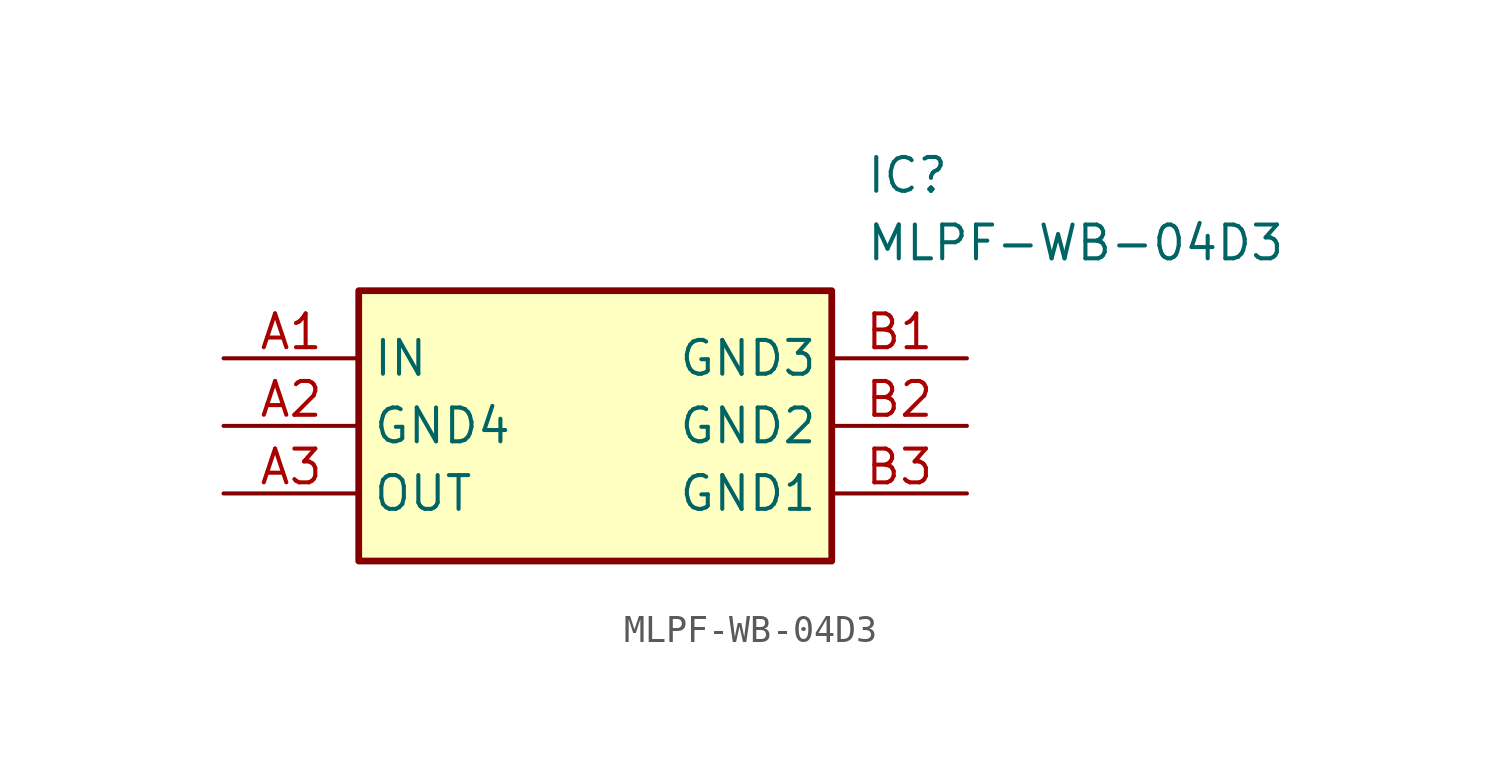
<source format=kicad_sym>
(kicad_symbol_lib
  (version 20211014)
  (generator SamacSys_ECAD_Model)
  (symbol "MLPF-WB-04D3"
    (property "Reference" "IC"
      (at 24.13 7.62 0)
      (effects (font (size 1.27 1.27)) (justify left top)))
    (property "Value" "MLPF-WB-04D3"
      (at 24.13 5.08 0)
      (effects (font (size 1.27 1.27)) (justify left top)))
    (rectangle
      (start 5.08 2.54)
      (end 22.86 -7.62)
      (stroke (width 0.254) (type default))
      (fill (type background)))
    (pin passive line
      (at 0 0 0)
      (length 5.08)
      (name "IN" (effects (font (size 1.27 1.27))))
      (number "A1" (effects (font (size 1.27 1.27)))))
    (pin passive line
      (at 0 -2.54 0)
      (length 5.08)
      (name "GND4" (effects (font (size 1.27 1.27))))
      (number "A2" (effects (font (size 1.27 1.27)))))
    (pin passive line
      (at 0 -5.08 0)
      (length 5.08)
      (name "OUT" (effects (font (size 1.27 1.27))))
      (number "A3" (effects (font (size 1.27 1.27)))))
    (pin passive line
      (at 27.94 0 180)
      (length 5.08)
      (name "GND3" (effects (font (size 1.27 1.27))))
      (number "B1" (effects (font (size 1.27 1.27)))))
    (pin passive line
      (at 27.94 -2.54 180)
      (length 5.08)
      (name "GND2" (effects (font (size 1.27 1.27))))
      (number "B2" (effects (font (size 1.27 1.27)))))
    (pin passive line
      (at 27.94 -5.08 180)
      (length 5.08)
      (name "GND1" (effects (font (size 1.27 1.27))))
      (number "B3" (effects (font (size 1.27 1.27)))))))
</source>
